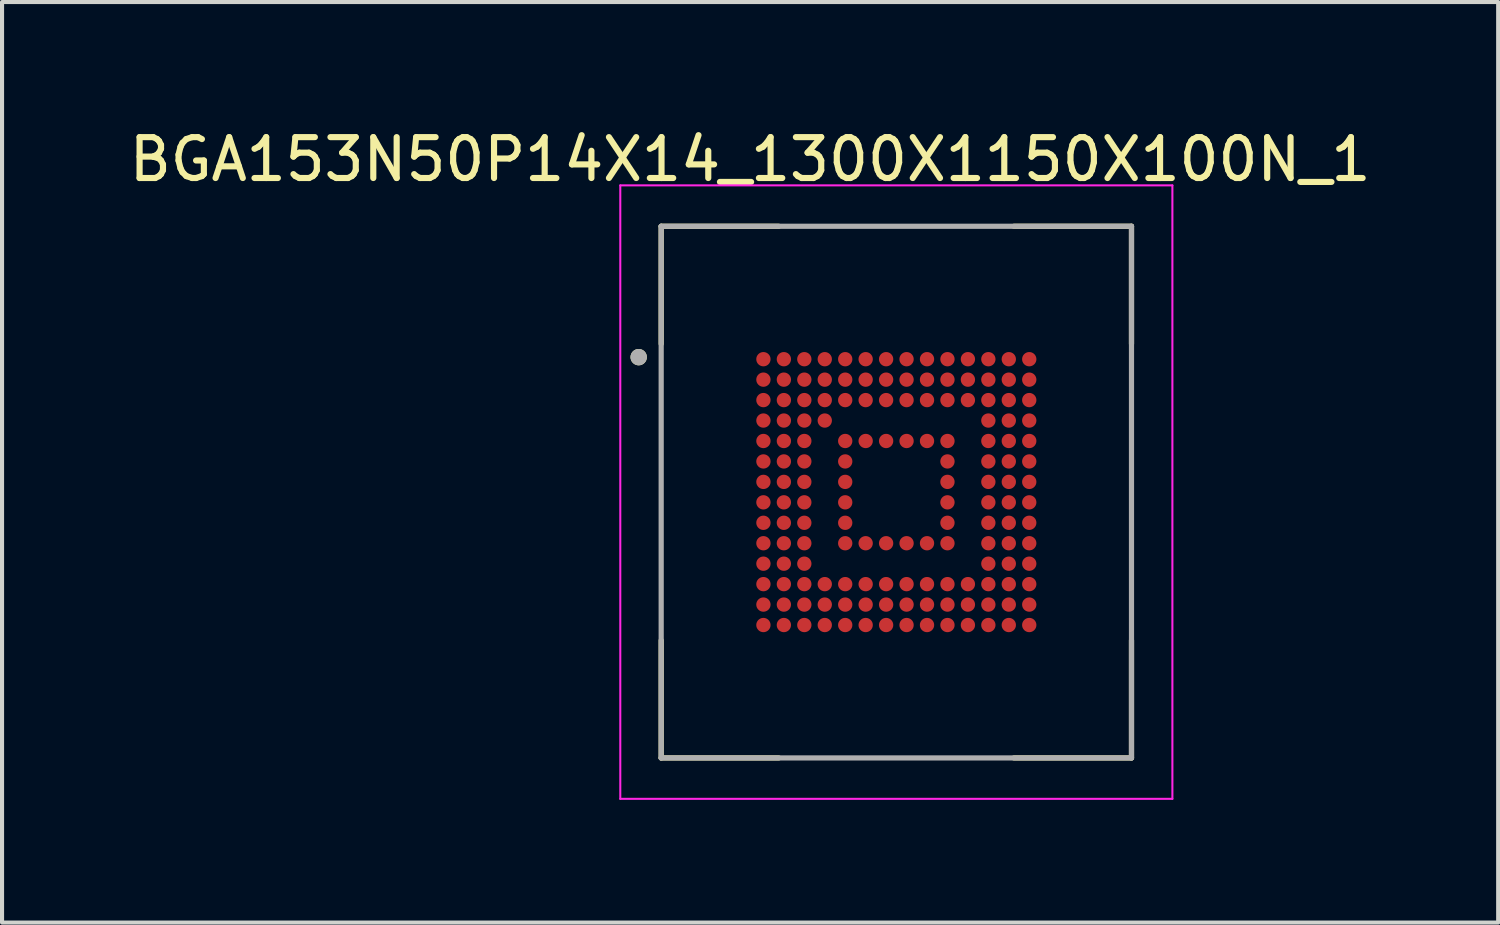
<source format=kicad_pcb>
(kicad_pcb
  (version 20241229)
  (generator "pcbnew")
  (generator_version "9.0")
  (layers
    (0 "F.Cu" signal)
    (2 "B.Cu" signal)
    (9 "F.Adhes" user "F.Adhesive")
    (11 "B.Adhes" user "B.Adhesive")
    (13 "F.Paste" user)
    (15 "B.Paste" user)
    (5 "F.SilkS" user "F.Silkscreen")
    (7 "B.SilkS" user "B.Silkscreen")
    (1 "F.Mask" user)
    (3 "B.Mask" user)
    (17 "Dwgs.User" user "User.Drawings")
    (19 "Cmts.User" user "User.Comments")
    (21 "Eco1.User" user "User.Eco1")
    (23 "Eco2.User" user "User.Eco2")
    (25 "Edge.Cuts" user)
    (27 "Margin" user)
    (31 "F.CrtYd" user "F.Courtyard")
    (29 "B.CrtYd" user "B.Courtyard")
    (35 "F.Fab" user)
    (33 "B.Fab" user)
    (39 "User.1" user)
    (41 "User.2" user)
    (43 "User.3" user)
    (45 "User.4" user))
  (footprint "BGA153N50P14X14_1300X1150X100N_1"
    (layer "F.Cu")
    (at 18.867 8.983)
    (property "Reference" "BGA153N50P14X14_1300X1150X100N_1" (at -3.575 -8.135 0) (layer "F.SilkS") (effects (font (size 1 1) (thickness 0.15))))
    (attr smd)
    (fp_circle (center -3.25 -3.25) (end -3.15 -3.25) (stroke (width 0.2) (type solid)) (fill no) (layer "F.Mask"))
    (fp_circle (center -3.25 -2.75) (end -3.15 -2.75) (stroke (width 0.2) (type solid)) (fill no) (layer "F.Mask"))
    (fp_circle (center -3.25 -2.25) (end -3.15 -2.25) (stroke (width 0.2) (type solid)) (fill no) (layer "F.Mask"))
    (fp_circle (center -3.25 -1.75) (end -3.15 -1.75) (stroke (width 0.2) (type solid)) (fill no) (layer "F.Mask"))
    (fp_circle (center -3.25 -1.25) (end -3.15 -1.25) (stroke (width 0.2) (type solid)) (fill no) (layer "F.Mask"))
    (fp_circle (center -3.25 -0.75) (end -3.15 -0.75) (stroke (width 0.2) (type solid)) (fill no) (layer "F.Mask"))
    (fp_circle (center -3.25 -0.25) (end -3.15 -0.25) (stroke (width 0.2) (type solid)) (fill no) (layer "F.Mask"))
    (fp_circle (center -3.25 0.25) (end -3.15 0.25) (stroke (width 0.2) (type solid)) (fill no) (layer "F.Mask"))
    (fp_circle (center -3.25 0.75) (end -3.15 0.75) (stroke (width 0.2) (type solid)) (fill no) (layer "F.Mask"))
    (fp_circle (center -3.25 1.25) (end -3.15 1.25) (stroke (width 0.2) (type solid)) (fill no) (layer "F.Mask"))
    (fp_circle (center -3.25 1.75) (end -3.15 1.75) (stroke (width 0.2) (type solid)) (fill no) (layer "F.Mask"))
    (fp_circle (center -3.25 2.25) (end -3.15 2.25) (stroke (width 0.2) (type solid)) (fill no) (layer "F.Mask"))
    (fp_circle (center -3.25 2.75) (end -3.15 2.75) (stroke (width 0.2) (type solid)) (fill no) (layer "F.Mask"))
    (fp_circle (center -3.25 3.25) (end -3.15 3.25) (stroke (width 0.2) (type solid)) (fill no) (layer "F.Mask"))
    (fp_circle (center -2.75 -3.25) (end -2.65 -3.25) (stroke (width 0.2) (type solid)) (fill no) (layer "F.Mask"))
    (fp_circle (center -2.75 -2.75) (end -2.65 -2.75) (stroke (width 0.2) (type solid)) (fill no) (layer "F.Mask"))
    (fp_circle (center -2.75 -2.25) (end -2.65 -2.25) (stroke (width 0.2) (type solid)) (fill no) (layer "F.Mask"))
    (fp_circle (center -2.75 -1.75) (end -2.65 -1.75) (stroke (width 0.2) (type solid)) (fill no) (layer "F.Mask"))
    (fp_circle (center -2.75 -1.25) (end -2.65 -1.25) (stroke (width 0.2) (type solid)) (fill no) (layer "F.Mask"))
    (fp_circle (center -2.75 -0.75) (end -2.65 -0.75) (stroke (width 0.2) (type solid)) (fill no) (layer "F.Mask"))
    (fp_circle (center -2.75 -0.25) (end -2.65 -0.25) (stroke (width 0.2) (type solid)) (fill no) (layer "F.Mask"))
    (fp_circle (center -2.75 0.25) (end -2.65 0.25) (stroke (width 0.2) (type solid)) (fill no) (layer "F.Mask"))
    (fp_circle (center -2.75 0.75) (end -2.65 0.75) (stroke (width 0.2) (type solid)) (fill no) (layer "F.Mask"))
    (fp_circle (center -2.75 1.25) (end -2.65 1.25) (stroke (width 0.2) (type solid)) (fill no) (layer "F.Mask"))
    (fp_circle (center -2.75 1.75) (end -2.65 1.75) (stroke (width 0.2) (type solid)) (fill no) (layer "F.Mask"))
    (fp_circle (center -2.75 2.25) (end -2.65 2.25) (stroke (width 0.2) (type solid)) (fill no) (layer "F.Mask"))
    (fp_circle (center -2.75 2.75) (end -2.65 2.75) (stroke (width 0.2) (type solid)) (fill no) (layer "F.Mask"))
    (fp_circle (center -2.75 3.25) (end -2.65 3.25) (stroke (width 0.2) (type solid)) (fill no) (layer "F.Mask"))
    (fp_circle (center -2.25 -3.25) (end -2.15 -3.25) (stroke (width 0.2) (type solid)) (fill no) (layer "F.Mask"))
    (fp_circle (center -2.25 -2.75) (end -2.15 -2.75) (stroke (width 0.2) (type solid)) (fill no) (layer "F.Mask"))
    (fp_circle (center -2.25 -2.25) (end -2.15 -2.25) (stroke (width 0.2) (type solid)) (fill no) (layer "F.Mask"))
    (fp_circle (center -2.25 -1.75) (end -2.15 -1.75) (stroke (width 0.2) (type solid)) (fill no) (layer "F.Mask"))
    (fp_circle (center -2.25 -1.25) (end -2.15 -1.25) (stroke (width 0.2) (type solid)) (fill no) (layer "F.Mask"))
    (fp_circle (center -2.25 -0.75) (end -2.15 -0.75) (stroke (width 0.2) (type solid)) (fill no) (layer "F.Mask"))
    (fp_circle (center -2.25 -0.25) (end -2.15 -0.25) (stroke (width 0.2) (type solid)) (fill no) (layer "F.Mask"))
    (fp_circle (center -2.25 0.25) (end -2.15 0.25) (stroke (width 0.2) (type solid)) (fill no) (layer "F.Mask"))
    (fp_circle (center -2.25 0.75) (end -2.15 0.75) (stroke (width 0.2) (type solid)) (fill no) (layer "F.Mask"))
    (fp_circle (center -2.25 1.25) (end -2.15 1.25) (stroke (width 0.2) (type solid)) (fill no) (layer "F.Mask"))
    (fp_circle (center -2.25 1.75) (end -2.15 1.75) (stroke (width 0.2) (type solid)) (fill no) (layer "F.Mask"))
    (fp_circle (center -2.25 2.25) (end -2.15 2.25) (stroke (width 0.2) (type solid)) (fill no) (layer "F.Mask"))
    (fp_circle (center -2.25 2.75) (end -2.15 2.75) (stroke (width 0.2) (type solid)) (fill no) (layer "F.Mask"))
    (fp_circle (center -2.25 3.25) (end -2.15 3.25) (stroke (width 0.2) (type solid)) (fill no) (layer "F.Mask"))
    (fp_circle (center -1.75 -3.25) (end -1.65 -3.25) (stroke (width 0.2) (type solid)) (fill no) (layer "F.Mask"))
    (fp_circle (center -1.75 -2.75) (end -1.65 -2.75) (stroke (width 0.2) (type solid)) (fill no) (layer "F.Mask"))
    (fp_circle (center -1.75 -2.25) (end -1.65 -2.25) (stroke (width 0.2) (type solid)) (fill no) (layer "F.Mask"))
    (fp_circle (center -1.75 -1.75) (end -1.65 -1.75) (stroke (width 0.2) (type solid)) (fill no) (layer "F.Mask"))
    (fp_circle (center -1.75 2.25) (end -1.65 2.25) (stroke (width 0.2) (type solid)) (fill no) (layer "F.Mask"))
    (fp_circle (center -1.75 2.75) (end -1.65 2.75) (stroke (width 0.2) (type solid)) (fill no) (layer "F.Mask"))
    (fp_circle (center -1.75 3.25) (end -1.65 3.25) (stroke (width 0.2) (type solid)) (fill no) (layer "F.Mask"))
    (fp_circle (center -1.25 -3.25) (end -1.15 -3.25) (stroke (width 0.2) (type solid)) (fill no) (layer "F.Mask"))
    (fp_circle (center -1.25 -2.75) (end -1.15 -2.75) (stroke (width 0.2) (type solid)) (fill no) (layer "F.Mask"))
    (fp_circle (center -1.25 -2.25) (end -1.15 -2.25) (stroke (width 0.2) (type solid)) (fill no) (layer "F.Mask"))
    (fp_circle (center -1.25 -1.25) (end -1.15 -1.25) (stroke (width 0.2) (type solid)) (fill no) (layer "F.Mask"))
    (fp_circle (center -1.25 -0.75) (end -1.15 -0.75) (stroke (width 0.2) (type solid)) (fill no) (layer "F.Mask"))
    (fp_circle (center -1.25 -0.25) (end -1.15 -0.25) (stroke (width 0.2) (type solid)) (fill no) (layer "F.Mask"))
    (fp_circle (center -1.25 0.25) (end -1.15 0.25) (stroke (width 0.2) (type solid)) (fill no) (layer "F.Mask"))
    (fp_circle (center -1.25 0.75) (end -1.15 0.75) (stroke (width 0.2) (type solid)) (fill no) (layer "F.Mask"))
    (fp_circle (center -1.25 1.25) (end -1.15 1.25) (stroke (width 0.2) (type solid)) (fill no) (layer "F.Mask"))
    (fp_circle (center -1.25 2.25) (end -1.15 2.25) (stroke (width 0.2) (type solid)) (fill no) (layer "F.Mask"))
    (fp_circle (center -1.25 2.75) (end -1.15 2.75) (stroke (width 0.2) (type solid)) (fill no) (layer "F.Mask"))
    (fp_circle (center -1.25 3.25) (end -1.15 3.25) (stroke (width 0.2) (type solid)) (fill no) (layer "F.Mask"))
    (fp_circle (center -0.75 -3.25) (end -0.65 -3.25) (stroke (width 0.2) (type solid)) (fill no) (layer "F.Mask"))
    (fp_circle (center -0.75 -2.75) (end -0.65 -2.75) (stroke (width 0.2) (type solid)) (fill no) (layer "F.Mask"))
    (fp_circle (center -0.75 -2.25) (end -0.65 -2.25) (stroke (width 0.2) (type solid)) (fill no) (layer "F.Mask"))
    (fp_circle (center -0.75 -1.25) (end -0.65 -1.25) (stroke (width 0.2) (type solid)) (fill no) (layer "F.Mask"))
    (fp_circle (center -0.75 1.25) (end -0.65 1.25) (stroke (width 0.2) (type solid)) (fill no) (layer "F.Mask"))
    (fp_circle (center -0.75 2.25) (end -0.65 2.25) (stroke (width 0.2) (type solid)) (fill no) (layer "F.Mask"))
    (fp_circle (center -0.75 2.75) (end -0.65 2.75) (stroke (width 0.2) (type solid)) (fill no) (layer "F.Mask"))
    (fp_circle (center -0.75 3.25) (end -0.65 3.25) (stroke (width 0.2) (type solid)) (fill no) (layer "F.Mask"))
    (fp_circle (center -0.25 -3.25) (end -0.15 -3.25) (stroke (width 0.2) (type solid)) (fill no) (layer "F.Mask"))
    (fp_circle (center -0.25 -2.75) (end -0.15 -2.75) (stroke (width 0.2) (type solid)) (fill no) (layer "F.Mask"))
    (fp_circle (center -0.25 -2.25) (end -0.15 -2.25) (stroke (width 0.2) (type solid)) (fill no) (layer "F.Mask"))
    (fp_circle (center -0.25 -1.25) (end -0.15 -1.25) (stroke (width 0.2) (type solid)) (fill no) (layer "F.Mask"))
    (fp_circle (center -0.25 1.25) (end -0.15 1.25) (stroke (width 0.2) (type solid)) (fill no) (layer "F.Mask"))
    (fp_circle (center -0.25 2.25) (end -0.15 2.25) (stroke (width 0.2) (type solid)) (fill no) (layer "F.Mask"))
    (fp_circle (center -0.25 2.75) (end -0.15 2.75) (stroke (width 0.2) (type solid)) (fill no) (layer "F.Mask"))
    (fp_circle (center -0.25 3.25) (end -0.15 3.25) (stroke (width 0.2) (type solid)) (fill no) (layer "F.Mask"))
    (fp_circle (center 0.25 -3.25) (end 0.35 -3.25) (stroke (width 0.2) (type solid)) (fill no) (layer "F.Mask"))
    (fp_circle (center 0.25 -2.75) (end 0.35 -2.75) (stroke (width 0.2) (type solid)) (fill no) (layer "F.Mask"))
    (fp_circle (center 0.25 -2.25) (end 0.35 -2.25) (stroke (width 0.2) (type solid)) (fill no) (layer "F.Mask"))
    (fp_circle (center 0.25 -1.25) (end 0.35 -1.25) (stroke (width 0.2) (type solid)) (fill no) (layer "F.Mask"))
    (fp_circle (center 0.25 1.25) (end 0.35 1.25) (stroke (width 0.2) (type solid)) (fill no) (layer "F.Mask"))
    (fp_circle (center 0.25 2.25) (end 0.35 2.25) (stroke (width 0.2) (type solid)) (fill no) (layer "F.Mask"))
    (fp_circle (center 0.25 2.75) (end 0.35 2.75) (stroke (width 0.2) (type solid)) (fill no) (layer "F.Mask"))
    (fp_circle (center 0.25 3.25) (end 0.35 3.25) (stroke (width 0.2) (type solid)) (fill no) (layer "F.Mask"))
    (fp_circle (center 0.75 -3.25) (end 0.85 -3.25) (stroke (width 0.2) (type solid)) (fill no) (layer "F.Mask"))
    (fp_circle (center 0.75 -2.75) (end 0.85 -2.75) (stroke (width 0.2) (type solid)) (fill no) (layer "F.Mask"))
    (fp_circle (center 0.75 -2.25) (end 0.85 -2.25) (stroke (width 0.2) (type solid)) (fill no) (layer "F.Mask"))
    (fp_circle (center 0.75 -1.25) (end 0.85 -1.25) (stroke (width 0.2) (type solid)) (fill no) (layer "F.Mask"))
    (fp_circle (center 0.75 1.25) (end 0.85 1.25) (stroke (width 0.2) (type solid)) (fill no) (layer "F.Mask"))
    (fp_circle (center 0.75 2.25) (end 0.85 2.25) (stroke (width 0.2) (type solid)) (fill no) (layer "F.Mask"))
    (fp_circle (center 0.75 2.75) (end 0.85 2.75) (stroke (width 0.2) (type solid)) (fill no) (layer "F.Mask"))
    (fp_circle (center 0.75 3.25) (end 0.85 3.25) (stroke (width 0.2) (type solid)) (fill no) (layer "F.Mask"))
    (fp_circle (center 1.25 -3.25) (end 1.35 -3.25) (stroke (width 0.2) (type solid)) (fill no) (layer "F.Mask"))
    (fp_circle (center 1.25 -2.75) (end 1.35 -2.75) (stroke (width 0.2) (type solid)) (fill no) (layer "F.Mask"))
    (fp_circle (center 1.25 -2.25) (end 1.35 -2.25) (stroke (width 0.2) (type solid)) (fill no) (layer "F.Mask"))
    (fp_circle (center 1.25 -1.25) (end 1.35 -1.25) (stroke (width 0.2) (type solid)) (fill no) (layer "F.Mask"))
    (fp_circle (center 1.25 -0.75) (end 1.35 -0.75) (stroke (width 0.2) (type solid)) (fill no) (layer "F.Mask"))
    (fp_circle (center 1.25 -0.25) (end 1.35 -0.25) (stroke (width 0.2) (type solid)) (fill no) (layer "F.Mask"))
    (fp_circle (center 1.25 0.25) (end 1.35 0.25) (stroke (width 0.2) (type solid)) (fill no) (layer "F.Mask"))
    (fp_circle (center 1.25 0.75) (end 1.35 0.75) (stroke (width 0.2) (type solid)) (fill no) (layer "F.Mask"))
    (fp_circle (center 1.25 1.25) (end 1.35 1.25) (stroke (width 0.2) (type solid)) (fill no) (layer "F.Mask"))
    (fp_circle (center 1.25 2.25) (end 1.35 2.25) (stroke (width 0.2) (type solid)) (fill no) (layer "F.Mask"))
    (fp_circle (center 1.25 2.75) (end 1.35 2.75) (stroke (width 0.2) (type solid)) (fill no) (layer "F.Mask"))
    (fp_circle (center 1.25 3.25) (end 1.35 3.25) (stroke (width 0.2) (type solid)) (fill no) (layer "F.Mask"))
    (fp_circle (center 1.75 -3.25) (end 1.85 -3.25) (stroke (width 0.2) (type solid)) (fill no) (layer "F.Mask"))
    (fp_circle (center 1.75 -2.75) (end 1.85 -2.75) (stroke (width 0.2) (type solid)) (fill no) (layer "F.Mask"))
    (fp_circle (center 1.75 -2.25) (end 1.85 -2.25) (stroke (width 0.2) (type solid)) (fill no) (layer "F.Mask"))
    (fp_circle (center 1.75 2.25) (end 1.85 2.25) (stroke (width 0.2) (type solid)) (fill no) (layer "F.Mask"))
    (fp_circle (center 1.75 2.75) (end 1.85 2.75) (stroke (width 0.2) (type solid)) (fill no) (layer "F.Mask"))
    (fp_circle (center 1.75 3.25) (end 1.85 3.25) (stroke (width 0.2) (type solid)) (fill no) (layer "F.Mask"))
    (fp_circle (center 2.25 -3.25) (end 2.35 -3.25) (stroke (width 0.2) (type solid)) (fill no) (layer "F.Mask"))
    (fp_circle (center 2.25 -2.75) (end 2.35 -2.75) (stroke (width 0.2) (type solid)) (fill no) (layer "F.Mask"))
    (fp_circle (center 2.25 -2.25) (end 2.35 -2.25) (stroke (width 0.2) (type solid)) (fill no) (layer "F.Mask"))
    (fp_circle (center 2.25 -1.75) (end 2.35 -1.75) (stroke (width 0.2) (type solid)) (fill no) (layer "F.Mask"))
    (fp_circle (center 2.25 -1.25) (end 2.35 -1.25) (stroke (width 0.2) (type solid)) (fill no) (layer "F.Mask"))
    (fp_circle (center 2.25 -0.75) (end 2.35 -0.75) (stroke (width 0.2) (type solid)) (fill no) (layer "F.Mask"))
    (fp_circle (center 2.25 -0.25) (end 2.35 -0.25) (stroke (width 0.2) (type solid)) (fill no) (layer "F.Mask"))
    (fp_circle (center 2.25 0.25) (end 2.35 0.25) (stroke (width 0.2) (type solid)) (fill no) (layer "F.Mask"))
    (fp_circle (center 2.25 0.75) (end 2.35 0.75) (stroke (width 0.2) (type solid)) (fill no) (layer "F.Mask"))
    (fp_circle (center 2.25 1.25) (end 2.35 1.25) (stroke (width 0.2) (type solid)) (fill no) (layer "F.Mask"))
    (fp_circle (center 2.25 1.75) (end 2.35 1.75) (stroke (width 0.2) (type solid)) (fill no) (layer "F.Mask"))
    (fp_circle (center 2.25 2.25) (end 2.35 2.25) (stroke (width 0.2) (type solid)) (fill no) (layer "F.Mask"))
    (fp_circle (center 2.25 2.75) (end 2.35 2.75) (stroke (width 0.2) (type solid)) (fill no) (layer "F.Mask"))
    (fp_circle (center 2.25 3.25) (end 2.35 3.25) (stroke (width 0.2) (type solid)) (fill no) (layer "F.Mask"))
    (fp_circle (center 2.75 -3.25) (end 2.85 -3.25) (stroke (width 0.2) (type solid)) (fill no) (layer "F.Mask"))
    (fp_circle (center 2.75 -2.75) (end 2.85 -2.75) (stroke (width 0.2) (type solid)) (fill no) (layer "F.Mask"))
    (fp_circle (center 2.75 -2.25) (end 2.85 -2.25) (stroke (width 0.2) (type solid)) (fill no) (layer "F.Mask"))
    (fp_circle (center 2.75 -1.75) (end 2.85 -1.75) (stroke (width 0.2) (type solid)) (fill no) (layer "F.Mask"))
    (fp_circle (center 2.75 -1.25) (end 2.85 -1.25) (stroke (width 0.2) (type solid)) (fill no) (layer "F.Mask"))
    (fp_circle (center 2.75 -0.75) (end 2.85 -0.75) (stroke (width 0.2) (type solid)) (fill no) (layer "F.Mask"))
    (fp_circle (center 2.75 -0.25) (end 2.85 -0.25) (stroke (width 0.2) (type solid)) (fill no) (layer "F.Mask"))
    (fp_circle (center 2.75 0.25) (end 2.85 0.25) (stroke (width 0.2) (type solid)) (fill no) (layer "F.Mask"))
    (fp_circle (center 2.75 0.75) (end 2.85 0.75) (stroke (width 0.2) (type solid)) (fill no) (layer "F.Mask"))
    (fp_circle (center 2.75 1.25) (end 2.85 1.25) (stroke (width 0.2) (type solid)) (fill no) (layer "F.Mask"))
    (fp_circle (center 2.75 1.75) (end 2.85 1.75) (stroke (width 0.2) (type solid)) (fill no) (layer "F.Mask"))
    (fp_circle (center 2.75 2.25) (end 2.85 2.25) (stroke (width 0.2) (type solid)) (fill no) (layer "F.Mask"))
    (fp_circle (center 2.75 2.75) (end 2.85 2.75) (stroke (width 0.2) (type solid)) (fill no) (layer "F.Mask"))
    (fp_circle (center 2.75 3.25) (end 2.85 3.25) (stroke (width 0.2) (type solid)) (fill no) (layer "F.Mask"))
    (fp_circle (center 3.25 -3.25) (end 3.35 -3.25) (stroke (width 0.2) (type solid)) (fill no) (layer "F.Mask"))
    (fp_circle (center 3.25 -2.75) (end 3.35 -2.75) (stroke (width 0.2) (type solid)) (fill no) (layer "F.Mask"))
    (fp_circle (center 3.25 -2.25) (end 3.35 -2.25) (stroke (width 0.2) (type solid)) (fill no) (layer "F.Mask"))
    (fp_circle (center 3.25 -1.75) (end 3.35 -1.75) (stroke (width 0.2) (type solid)) (fill no) (layer "F.Mask"))
    (fp_circle (center 3.25 -1.25) (end 3.35 -1.25) (stroke (width 0.2) (type solid)) (fill no) (layer "F.Mask"))
    (fp_circle (center 3.25 -0.75) (end 3.35 -0.75) (stroke (width 0.2) (type solid)) (fill no) (layer "F.Mask"))
    (fp_circle (center 3.25 -0.25) (end 3.35 -0.25) (stroke (width 0.2) (type solid)) (fill no) (layer "F.Mask"))
    (fp_circle (center 3.25 0.25) (end 3.35 0.25) (stroke (width 0.2) (type solid)) (fill no) (layer "F.Mask"))
    (fp_circle (center 3.25 0.75) (end 3.35 0.75) (stroke (width 0.2) (type solid)) (fill no) (layer "F.Mask"))
    (fp_circle (center 3.25 1.25) (end 3.35 1.25) (stroke (width 0.2) (type solid)) (fill no) (layer "F.Mask"))
    (fp_circle (center 3.25 1.75) (end 3.35 1.75) (stroke (width 0.2) (type solid)) (fill no) (layer "F.Mask"))
    (fp_circle (center 3.25 2.25) (end 3.35 2.25) (stroke (width 0.2) (type solid)) (fill no) (layer "F.Mask"))
    (fp_circle (center 3.25 2.75) (end 3.35 2.75) (stroke (width 0.2) (type solid)) (fill no) (layer "F.Mask"))
    (fp_circle (center 3.25 3.25) (end 3.35 3.25) (stroke (width 0.2) (type solid)) (fill no) (layer "F.Mask"))
    (fp_line (start -5.75 -3.625) (end -5.75 -6.5) (stroke (width 0.127) (type solid)) (layer "F.SilkS"))
    (fp_line (start -5.75 6.5) (end -5.75 3.625) (stroke (width 0.127) (type solid)) (layer "F.SilkS"))
    (fp_line (start -2.875 -6.5) (end -5.75 -6.5) (stroke (width 0.127) (type solid)) (layer "F.SilkS"))
    (fp_line (start -2.875 6.5) (end -5.75 6.5) (stroke (width 0.127) (type solid)) (layer "F.SilkS"))
    (fp_line (start 5.75 -6.5) (end 2.875 -6.5) (stroke (width 0.127) (type solid)) (layer "F.SilkS"))
    (fp_line (start 5.75 -3.625) (end 5.75 -6.5) (stroke (width 0.127) (type solid)) (layer "F.SilkS"))
    (fp_line (start 5.75 6.5) (end 2.875 6.5) (stroke (width 0.127) (type solid)) (layer "F.SilkS"))
    (fp_line (start 5.75 6.5) (end 5.75 3.625) (stroke (width 0.127) (type solid)) (layer "F.SilkS"))
    (fp_circle (center -6.3 -3.3) (end -6.2 -3.3) (stroke (width 0.2) (type solid)) (fill no) (layer "F.SilkS"))
    (fp_line (start -6.75 -7.5) (end 6.75 -7.5) (stroke (width 0.05) (type solid)) (layer "F.CrtYd"))
    (fp_line (start -6.75 7.5) (end -6.75 -7.5) (stroke (width 0.05) (type solid)) (layer "F.CrtYd"))
    (fp_line (start -6.75 7.5) (end 6.75 7.5) (stroke (width 0.05) (type solid)) (layer "F.CrtYd"))
    (fp_line (start 6.75 7.5) (end 6.75 -7.5) (stroke (width 0.05) (type solid)) (layer "F.CrtYd"))
    (fp_line (start -5.75 6.5) (end -5.75 -6.5) (stroke (width 0.127) (type solid)) (layer "F.Fab"))
    (fp_line (start 5.75 -6.5) (end -5.75 -6.5) (stroke (width 0.127) (type solid)) (layer "F.Fab"))
    (fp_line (start 5.75 6.5) (end -5.75 6.5) (stroke (width 0.127) (type solid)) (layer "F.Fab"))
    (fp_line (start 5.75 6.5) (end 5.75 -6.5) (stroke (width 0.127) (type solid)) (layer "F.Fab"))
    (fp_circle (center -6.3 -3.3) (end -6.2 -3.3) (stroke (width 0.2) (type solid)) (fill no) (layer "F.Fab"))
    (pad "A1" smd circle (at -3.25 -3.25) (size 0.35 0.35) (layers "F.Cu" "F.Paste"))
    (pad "A2" smd circle (at -2.75 -3.25) (size 0.35 0.35) (layers "F.Cu" "F.Paste"))
    (pad "A3" smd circle (at -2.25 -3.25) (size 0.35 0.35) (layers "F.Cu" "F.Paste"))
    (pad "A4" smd circle (at -1.75 -3.25) (size 0.35 0.35) (layers "F.Cu" "F.Paste"))
    (pad "A5" smd circle (at -1.25 -3.25) (size 0.35 0.35) (layers "F.Cu" "F.Paste"))
    (pad "A6" smd circle (at -0.75 -3.25) (size 0.35 0.35) (layers "F.Cu" "F.Paste"))
    (pad "A7" smd circle (at -0.25 -3.25) (size 0.35 0.35) (layers "F.Cu" "F.Paste"))
    (pad "A8" smd circle (at 0.25 -3.25) (size 0.35 0.35) (layers "F.Cu" "F.Paste"))
    (pad "A9" smd circle (at 0.75 -3.25) (size 0.35 0.35) (layers "F.Cu" "F.Paste"))
    (pad "A10" smd circle (at 1.25 -3.25) (size 0.35 0.35) (layers "F.Cu" "F.Paste"))
    (pad "A11" smd circle (at 1.75 -3.25) (size 0.35 0.35) (layers "F.Cu" "F.Paste"))
    (pad "A12" smd circle (at 2.25 -3.25) (size 0.35 0.35) (layers "F.Cu" "F.Paste"))
    (pad "A13" smd circle (at 2.75 -3.25) (size 0.35 0.35) (layers "F.Cu" "F.Paste"))
    (pad "A14" smd circle (at 3.25 -3.25) (size 0.35 0.35) (layers "F.Cu" "F.Paste"))
    (pad "B1" smd circle (at -3.25 -2.75) (size 0.35 0.35) (layers "F.Cu" "F.Paste"))
    (pad "B2" smd circle (at -2.75 -2.75) (size 0.35 0.35) (layers "F.Cu" "F.Paste"))
    (pad "B3" smd circle (at -2.25 -2.75) (size 0.35 0.35) (layers "F.Cu" "F.Paste"))
    (pad "B4" smd circle (at -1.75 -2.75) (size 0.35 0.35) (layers "F.Cu" "F.Paste"))
    (pad "B5" smd circle (at -1.25 -2.75) (size 0.35 0.35) (layers "F.Cu" "F.Paste"))
    (pad "B6" smd circle (at -0.75 -2.75) (size 0.35 0.35) (layers "F.Cu" "F.Paste"))
    (pad "B7" smd circle (at -0.25 -2.75) (size 0.35 0.35) (layers "F.Cu" "F.Paste"))
    (pad "B8" smd circle (at 0.25 -2.75) (size 0.35 0.35) (layers "F.Cu" "F.Paste"))
    (pad "B9" smd circle (at 0.75 -2.75) (size 0.35 0.35) (layers "F.Cu" "F.Paste"))
    (pad "B10" smd circle (at 1.25 -2.75) (size 0.35 0.35) (layers "F.Cu" "F.Paste"))
    (pad "B11" smd circle (at 1.75 -2.75) (size 0.35 0.35) (layers "F.Cu" "F.Paste"))
    (pad "B12" smd circle (at 2.25 -2.75) (size 0.35 0.35) (layers "F.Cu" "F.Paste"))
    (pad "B13" smd circle (at 2.75 -2.75) (size 0.35 0.35) (layers "F.Cu" "F.Paste"))
    (pad "B14" smd circle (at 3.25 -2.75) (size 0.35 0.35) (layers "F.Cu" "F.Paste"))
    (pad "C1" smd circle (at -3.25 -2.25) (size 0.35 0.35) (layers "F.Cu" "F.Paste"))
    (pad "C2" smd circle (at -2.75 -2.25) (size 0.35 0.35) (layers "F.Cu" "F.Paste"))
    (pad "C3" smd circle (at -2.25 -2.25) (size 0.35 0.35) (layers "F.Cu" "F.Paste"))
    (pad "C4" smd circle (at -1.75 -2.25) (size 0.35 0.35) (layers "F.Cu" "F.Paste"))
    (pad "C5" smd circle (at -1.25 -2.25) (size 0.35 0.35) (layers "F.Cu" "F.Paste"))
    (pad "C6" smd circle (at -0.75 -2.25) (size 0.35 0.35) (layers "F.Cu" "F.Paste"))
    (pad "C7" smd circle (at -0.25 -2.25) (size 0.35 0.35) (layers "F.Cu" "F.Paste"))
    (pad "C8" smd circle (at 0.25 -2.25) (size 0.35 0.35) (layers "F.Cu" "F.Paste"))
    (pad "C9" smd circle (at 0.75 -2.25) (size 0.35 0.35) (layers "F.Cu" "F.Paste"))
    (pad "C10" smd circle (at 1.25 -2.25) (size 0.35 0.35) (layers "F.Cu" "F.Paste"))
    (pad "C11" smd circle (at 1.75 -2.25) (size 0.35 0.35) (layers "F.Cu" "F.Paste"))
    (pad "C12" smd circle (at 2.25 -2.25) (size 0.35 0.35) (layers "F.Cu" "F.Paste"))
    (pad "C13" smd circle (at 2.75 -2.25) (size 0.35 0.35) (layers "F.Cu" "F.Paste"))
    (pad "C14" smd circle (at 3.25 -2.25) (size 0.35 0.35) (layers "F.Cu" "F.Paste"))
    (pad "D1" smd circle (at -3.25 -1.75) (size 0.35 0.35) (layers "F.Cu" "F.Paste"))
    (pad "D2" smd circle (at -2.75 -1.75) (size 0.35 0.35) (layers "F.Cu" "F.Paste"))
    (pad "D3" smd circle (at -2.25 -1.75) (size 0.35 0.35) (layers "F.Cu" "F.Paste"))
    (pad "D4" smd circle (at -1.75 -1.75) (size 0.35 0.35) (layers "F.Cu" "F.Paste"))
    (pad "D12" smd circle (at 2.25 -1.75) (size 0.35 0.35) (layers "F.Cu" "F.Paste"))
    (pad "D13" smd circle (at 2.75 -1.75) (size 0.35 0.35) (layers "F.Cu" "F.Paste"))
    (pad "D14" smd circle (at 3.25 -1.75) (size 0.35 0.35) (layers "F.Cu" "F.Paste"))
    (pad "E1" smd circle (at -3.25 -1.25) (size 0.35 0.35) (layers "F.Cu" "F.Paste"))
    (pad "E2" smd circle (at -2.75 -1.25) (size 0.35 0.35) (layers "F.Cu" "F.Paste"))
    (pad "E3" smd circle (at -2.25 -1.25) (size 0.35 0.35) (layers "F.Cu" "F.Paste"))
    (pad "E5" smd circle (at -1.25 -1.25) (size 0.35 0.35) (layers "F.Cu" "F.Paste"))
    (pad "E6" smd circle (at -0.75 -1.25) (size 0.35 0.35) (layers "F.Cu" "F.Paste"))
    (pad "E7" smd circle (at -0.25 -1.25) (size 0.35 0.35) (layers "F.Cu" "F.Paste"))
    (pad "E8" smd circle (at 0.25 -1.25) (size 0.35 0.35) (layers "F.Cu" "F.Paste"))
    (pad "E9" smd circle (at 0.75 -1.25) (size 0.35 0.35) (layers "F.Cu" "F.Paste"))
    (pad "E10" smd circle (at 1.25 -1.25) (size 0.35 0.35) (layers "F.Cu" "F.Paste"))
    (pad "E12" smd circle (at 2.25 -1.25) (size 0.35 0.35) (layers "F.Cu" "F.Paste"))
    (pad "E13" smd circle (at 2.75 -1.25) (size 0.35 0.35) (layers "F.Cu" "F.Paste"))
    (pad "E14" smd circle (at 3.25 -1.25) (size 0.35 0.35) (layers "F.Cu" "F.Paste"))
    (pad "F1" smd circle (at -3.25 -0.75) (size 0.35 0.35) (layers "F.Cu" "F.Paste"))
    (pad "F2" smd circle (at -2.75 -0.75) (size 0.35 0.35) (layers "F.Cu" "F.Paste"))
    (pad "F3" smd circle (at -2.25 -0.75) (size 0.35 0.35) (layers "F.Cu" "F.Paste"))
    (pad "F5" smd circle (at -1.25 -0.75) (size 0.35 0.35) (layers "F.Cu" "F.Paste"))
    (pad "F10" smd circle (at 1.25 -0.75) (size 0.35 0.35) (layers "F.Cu" "F.Paste"))
    (pad "F12" smd circle (at 2.25 -0.75) (size 0.35 0.35) (layers "F.Cu" "F.Paste"))
    (pad "F13" smd circle (at 2.75 -0.75) (size 0.35 0.35) (layers "F.Cu" "F.Paste"))
    (pad "F14" smd circle (at 3.25 -0.75) (size 0.35 0.35) (layers "F.Cu" "F.Paste"))
    (pad "G1" smd circle (at -3.25 -0.25) (size 0.35 0.35) (layers "F.Cu" "F.Paste"))
    (pad "G2" smd circle (at -2.75 -0.25) (size 0.35 0.35) (layers "F.Cu" "F.Paste"))
    (pad "G3" smd circle (at -2.25 -0.25) (size 0.35 0.35) (layers "F.Cu" "F.Paste"))
    (pad "G5" smd circle (at -1.25 -0.25) (size 0.35 0.35) (layers "F.Cu" "F.Paste"))
    (pad "G10" smd circle (at 1.25 -0.25) (size 0.35 0.35) (layers "F.Cu" "F.Paste"))
    (pad "G12" smd circle (at 2.25 -0.25) (size 0.35 0.35) (layers "F.Cu" "F.Paste"))
    (pad "G13" smd circle (at 2.75 -0.25) (size 0.35 0.35) (layers "F.Cu" "F.Paste"))
    (pad "G14" smd circle (at 3.25 -0.25) (size 0.35 0.35) (layers "F.Cu" "F.Paste"))
    (pad "H1" smd circle (at -3.25 0.25) (size 0.35 0.35) (layers "F.Cu" "F.Paste"))
    (pad "H2" smd circle (at -2.75 0.25) (size 0.35 0.35) (layers "F.Cu" "F.Paste"))
    (pad "H3" smd circle (at -2.25 0.25) (size 0.35 0.35) (layers "F.Cu" "F.Paste"))
    (pad "H5" smd circle (at -1.25 0.25) (size 0.35 0.35) (layers "F.Cu" "F.Paste"))
    (pad "H10" smd circle (at 1.25 0.25) (size 0.35 0.35) (layers "F.Cu" "F.Paste"))
    (pad "H12" smd circle (at 2.25 0.25) (size 0.35 0.35) (layers "F.Cu" "F.Paste"))
    (pad "H13" smd circle (at 2.75 0.25) (size 0.35 0.35) (layers "F.Cu" "F.Paste"))
    (pad "H14" smd circle (at 3.25 0.25) (size 0.35 0.35) (layers "F.Cu" "F.Paste"))
    (pad "J1" smd circle (at -3.25 0.75) (size 0.35 0.35) (layers "F.Cu" "F.Paste"))
    (pad "J2" smd circle (at -2.75 0.75) (size 0.35 0.35) (layers "F.Cu" "F.Paste"))
    (pad "J3" smd circle (at -2.25 0.75) (size 0.35 0.35) (layers "F.Cu" "F.Paste"))
    (pad "J5" smd circle (at -1.25 0.75) (size 0.35 0.35) (layers "F.Cu" "F.Paste"))
    (pad "J10" smd circle (at 1.25 0.75) (size 0.35 0.35) (layers "F.Cu" "F.Paste"))
    (pad "J12" smd circle (at 2.25 0.75) (size 0.35 0.35) (layers "F.Cu" "F.Paste"))
    (pad "J13" smd circle (at 2.75 0.75) (size 0.35 0.35) (layers "F.Cu" "F.Paste"))
    (pad "J14" smd circle (at 3.25 0.75) (size 0.35 0.35) (layers "F.Cu" "F.Paste"))
    (pad "K1" smd circle (at -3.25 1.25) (size 0.35 0.35) (layers "F.Cu" "F.Paste"))
    (pad "K2" smd circle (at -2.75 1.25) (size 0.35 0.35) (layers "F.Cu" "F.Paste"))
    (pad "K3" smd circle (at -2.25 1.25) (size 0.35 0.35) (layers "F.Cu" "F.Paste"))
    (pad "K5" smd circle (at -1.25 1.25) (size 0.35 0.35) (layers "F.Cu" "F.Paste"))
    (pad "K6" smd circle (at -0.75 1.25) (size 0.35 0.35) (layers "F.Cu" "F.Paste"))
    (pad "K7" smd circle (at -0.25 1.25) (size 0.35 0.35) (layers "F.Cu" "F.Paste"))
    (pad "K8" smd circle (at 0.25 1.25) (size 0.35 0.35) (layers "F.Cu" "F.Paste"))
    (pad "K9" smd circle (at 0.75 1.25) (size 0.35 0.35) (layers "F.Cu" "F.Paste"))
    (pad "K10" smd circle (at 1.25 1.25) (size 0.35 0.35) (layers "F.Cu" "F.Paste"))
    (pad "K12" smd circle (at 2.25 1.25) (size 0.35 0.35) (layers "F.Cu" "F.Paste"))
    (pad "K13" smd circle (at 2.75 1.25) (size 0.35 0.35) (layers "F.Cu" "F.Paste"))
    (pad "K14" smd circle (at 3.25 1.25) (size 0.35 0.35) (layers "F.Cu" "F.Paste"))
    (pad "L1" smd circle (at -3.25 1.75) (size 0.35 0.35) (layers "F.Cu" "F.Paste"))
    (pad "L2" smd circle (at -2.75 1.75) (size 0.35 0.35) (layers "F.Cu" "F.Paste"))
    (pad "L3" smd circle (at -2.25 1.75) (size 0.35 0.35) (layers "F.Cu" "F.Paste"))
    (pad "L12" smd circle (at 2.25 1.75) (size 0.35 0.35) (layers "F.Cu" "F.Paste"))
    (pad "L13" smd circle (at 2.75 1.75) (size 0.35 0.35) (layers "F.Cu" "F.Paste"))
    (pad "L14" smd circle (at 3.25 1.75) (size 0.35 0.35) (layers "F.Cu" "F.Paste"))
    (pad "M1" smd circle (at -3.25 2.25) (size 0.35 0.35) (layers "F.Cu" "F.Paste"))
    (pad "M2" smd circle (at -2.75 2.25) (size 0.35 0.35) (layers "F.Cu" "F.Paste"))
    (pad "M3" smd circle (at -2.25 2.25) (size 0.35 0.35) (layers "F.Cu" "F.Paste"))
    (pad "M4" smd circle (at -1.75 2.25) (size 0.35 0.35) (layers "F.Cu" "F.Paste"))
    (pad "M5" smd circle (at -1.25 2.25) (size 0.35 0.35) (layers "F.Cu" "F.Paste"))
    (pad "M6" smd circle (at -0.75 2.25) (size 0.35 0.35) (layers "F.Cu" "F.Paste"))
    (pad "M7" smd circle (at -0.25 2.25) (size 0.35 0.35) (layers "F.Cu" "F.Paste"))
    (pad "M8" smd circle (at 0.25 2.25) (size 0.35 0.35) (layers "F.Cu" "F.Paste"))
    (pad "M9" smd circle (at 0.75 2.25) (size 0.35 0.35) (layers "F.Cu" "F.Paste"))
    (pad "M10" smd circle (at 1.25 2.25) (size 0.35 0.35) (layers "F.Cu" "F.Paste"))
    (pad "M11" smd circle (at 1.75 2.25) (size 0.35 0.35) (layers "F.Cu" "F.Paste"))
    (pad "M12" smd circle (at 2.25 2.25) (size 0.35 0.35) (layers "F.Cu" "F.Paste"))
    (pad "M13" smd circle (at 2.75 2.25) (size 0.35 0.35) (layers "F.Cu" "F.Paste"))
    (pad "M14" smd circle (at 3.25 2.25) (size 0.35 0.35) (layers "F.Cu" "F.Paste"))
    (pad "N1" smd circle (at -3.25 2.75) (size 0.35 0.35) (layers "F.Cu" "F.Paste"))
    (pad "N2" smd circle (at -2.75 2.75) (size 0.35 0.35) (layers "F.Cu" "F.Paste"))
    (pad "N3" smd circle (at -2.25 2.75) (size 0.35 0.35) (layers "F.Cu" "F.Paste"))
    (pad "N4" smd circle (at -1.75 2.75) (size 0.35 0.35) (layers "F.Cu" "F.Paste"))
    (pad "N5" smd circle (at -1.25 2.75) (size 0.35 0.35) (layers "F.Cu" "F.Paste"))
    (pad "N6" smd circle (at -0.75 2.75) (size 0.35 0.35) (layers "F.Cu" "F.Paste"))
    (pad "N7" smd circle (at -0.25 2.75) (size 0.35 0.35) (layers "F.Cu" "F.Paste"))
    (pad "N8" smd circle (at 0.25 2.75) (size 0.35 0.35) (layers "F.Cu" "F.Paste"))
    (pad "N9" smd circle (at 0.75 2.75) (size 0.35 0.35) (layers "F.Cu" "F.Paste"))
    (pad "N10" smd circle (at 1.25 2.75) (size 0.35 0.35) (layers "F.Cu" "F.Paste"))
    (pad "N11" smd circle (at 1.75 2.75) (size 0.35 0.35) (layers "F.Cu" "F.Paste"))
    (pad "N12" smd circle (at 2.25 2.75) (size 0.35 0.35) (layers "F.Cu" "F.Paste"))
    (pad "N13" smd circle (at 2.75 2.75) (size 0.35 0.35) (layers "F.Cu" "F.Paste"))
    (pad "N14" smd circle (at 3.25 2.75) (size 0.35 0.35) (layers "F.Cu" "F.Paste"))
    (pad "P1" smd circle (at -3.25 3.25) (size 0.35 0.35) (layers "F.Cu" "F.Paste"))
    (pad "P2" smd circle (at -2.75 3.25) (size 0.35 0.35) (layers "F.Cu" "F.Paste"))
    (pad "P3" smd circle (at -2.25 3.25) (size 0.35 0.35) (layers "F.Cu" "F.Paste"))
    (pad "P4" smd circle (at -1.75 3.25) (size 0.35 0.35) (layers "F.Cu" "F.Paste"))
    (pad "P5" smd circle (at -1.25 3.25) (size 0.35 0.35) (layers "F.Cu" "F.Paste"))
    (pad "P6" smd circle (at -0.75 3.25) (size 0.35 0.35) (layers "F.Cu" "F.Paste"))
    (pad "P7" smd circle (at -0.25 3.25) (size 0.35 0.35) (layers "F.Cu" "F.Paste"))
    (pad "P8" smd circle (at 0.25 3.25) (size 0.35 0.35) (layers "F.Cu" "F.Paste"))
    (pad "P9" smd circle (at 0.75 3.25) (size 0.35 0.35) (layers "F.Cu" "F.Paste"))
    (pad "P10" smd circle (at 1.25 3.25) (size 0.35 0.35) (layers "F.Cu" "F.Paste"))
    (pad "P11" smd circle (at 1.75 3.25) (size 0.35 0.35) (layers "F.Cu" "F.Paste"))
    (pad "P12" smd circle (at 2.25 3.25) (size 0.35 0.35) (layers "F.Cu" "F.Paste"))
    (pad "P13" smd circle (at 2.75 3.25) (size 0.35 0.35) (layers "F.Cu" "F.Paste"))
    (pad "P14" smd circle (at 3.25 3.25) (size 0.35 0.35) (layers "F.Cu" "F.Paste")))
  (gr_rect
    (start -3 -3)
    (end 33.583 19.508)
    (stroke (width 0.1) (type default))
    (fill no)
    (layer "Edge.Cuts")))
</source>
